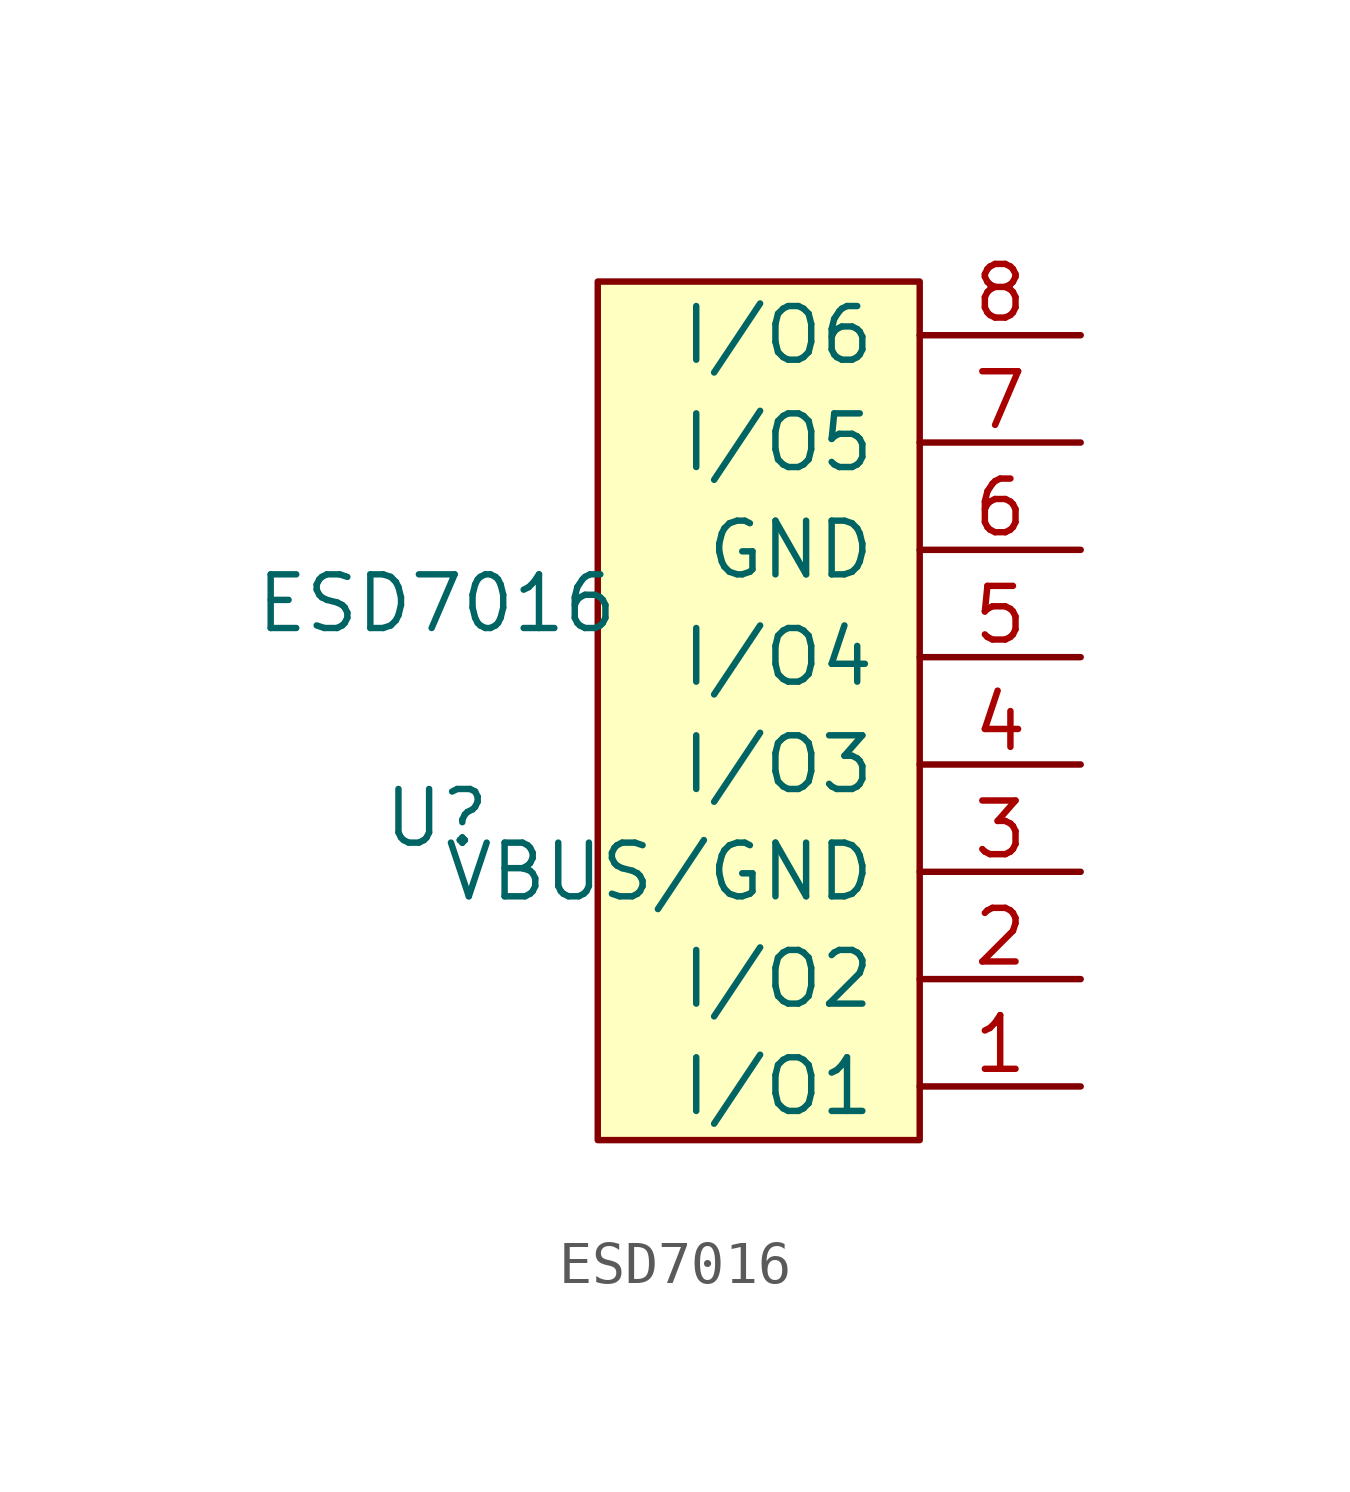
<source format=kicad_sym>
(kicad_symbol_lib
  (version 20211014)
  (generator kicad_symbol_editor)
  (symbol "ESD7016"
    (pin_names
      (offset 1.016))
    (property "Reference" "U"
      (at -7.62 -2.54 0)
      (effects (font (size 1.27 1.27))))
    (property "Value" "ESD7016"
      (at -7.62 2.54 0)
      (effects (font (size 1.27 1.27))))
    (symbol "ESD7016_1_0"
      (rectangle (start -3.81 10.16) (end 3.81 -10.16) (stroke (width 0) (type default) (color 0 0 0 0)) (fill (type background))))
    (symbol "ESD7016_1_1"
      (pin input line (at 7.62 -8.89 180) (length 3.81) (name "I/O1" (effects (font (size 1.27 1.27)))) (number "1" (effects (font (size 1.27 1.27)))))
      (pin input line (at 7.62 -6.35 180) (length 3.81) (name "I/O2" (effects (font (size 1.27 1.27)))) (number "2" (effects (font (size 1.27 1.27)))))
      (pin input line (at 7.62 -3.81 180) (length 3.81) (name "VBUS/GND" (effects (font (size 1.27 1.27)))) (number "3" (effects (font (size 1.27 1.27)))))
      (pin input line (at 7.62 -1.27 180) (length 3.81) (name "I/O3" (effects (font (size 1.27 1.27)))) (number "4" (effects (font (size 1.27 1.27)))))
      (pin input line (at 7.62 1.27 180) (length 3.81) (name "I/O4" (effects (font (size 1.27 1.27)))) (number "5" (effects (font (size 1.27 1.27)))))
      (pin input line (at 7.62 3.81 180) (length 3.81) (name "GND" (effects (font (size 1.27 1.27)))) (number "6" (effects (font (size 1.27 1.27)))))
      (pin input line (at 7.62 6.35 180) (length 3.81) (name "I/O5" (effects (font (size 1.27 1.27)))) (number "7" (effects (font (size 1.27 1.27)))))
      (pin input line (at 7.62 8.89 180) (length 3.81) (name "I/O6" (effects (font (size 1.27 1.27)))) (number "8" (effects (font (size 1.27 1.27))))))))
</source>
